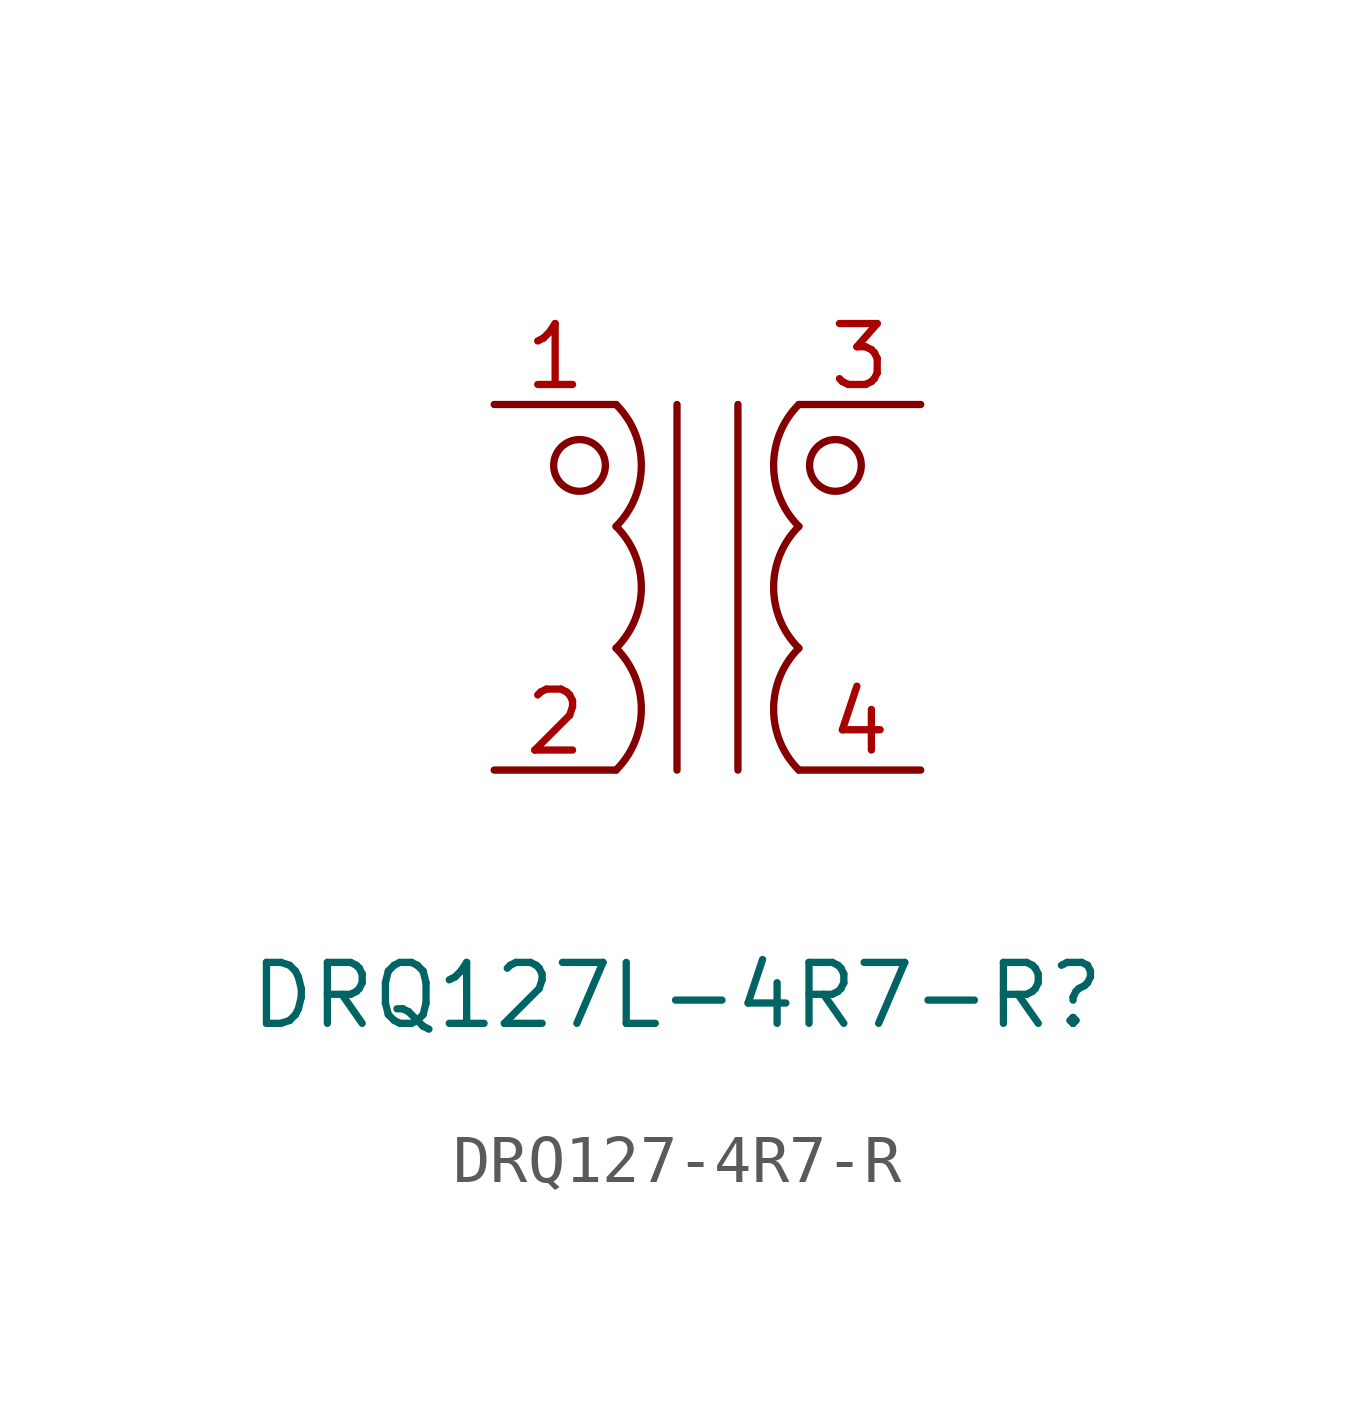
<source format=kicad_sym>
(kicad_symbol_lib
  (version 20220914)
  (generator kicad_symbol_editor)
  (symbol "DRQ127-4R7-R"
    (pin_names hide)
    (property "Reference" "DRQ127L-4R7-R"
      (at 0 -4.699 0)
      (effects (font (size 1.27 1.27))))
    (property "Value" ""
      (at -2.54 10.16 0)
      (effects (font (size 1.27 1.27))))
    (symbol "DRQ127-4R7-R_0_1"
      (circle (center -2.032 6.35) (radius 0.539) (stroke (width 0) (type default)) (fill (type none)))
      (arc (start -1.2699 0) (mid -0.7439 1.27) (end -1.2699 2.54) (stroke (width 0) (type default)) (fill (type none)))
      (arc (start -1.2698 2.54) (mid -0.7438 3.81) (end -1.2698 5.08) (stroke (width 0) (type default)) (fill (type none)))
      (arc (start -1.2698 5.08) (mid -0.7438 6.35) (end -1.2698 7.62) (stroke (width 0) (type default)) (fill (type none)))
      (polyline (pts (xy 0 0) (xy 0 7.62)) (stroke (width 0) (type default)) (fill (type none)))
      (polyline (pts (xy 1.27 0) (xy 1.27 7.62)) (stroke (width 0) (type default)) (fill (type none)))
      (arc (start 2.5398 2.54) (mid 2.0138 1.27) (end 2.5398 0) (stroke (width 0) (type default)) (fill (type none)))
      (arc (start 2.5398 5.08) (mid 2.0138 3.81) (end 2.5398 2.54) (stroke (width 0) (type default)) (fill (type none)))
      (arc (start 2.5398 7.62) (mid 2.0138 6.35) (end 2.5398 5.08) (stroke (width 0) (type default)) (fill (type none)))
      (circle (center 3.302 6.35) (radius 0.539) (stroke (width 0) (type default)) (fill (type none))))
    (symbol "DRQ127-4R7-R_1_1"
      (pin passive line (at -3.81 7.62 0) (length 2.54) (name "1" (effects (font (size 1.27 1.27)))) (number "1" (effects (font (size 1.27 1.27)))))
      (pin passive line (at -3.81 0 0) (length 2.54) (name "2" (effects (font (size 1.27 1.27)))) (number "2" (effects (font (size 1.27 1.27)))))
      (pin passive line (at 5.08 7.62 180) (length 2.54) (name "3" (effects (font (size 1.27 1.27)))) (number "3" (effects (font (size 1.27 1.27)))))
      (pin passive line (at 5.08 0 180) (length 2.54) (name "4" (effects (font (size 1.27 1.27)))) (number "4" (effects (font (size 1.27 1.27))))))))
</source>
